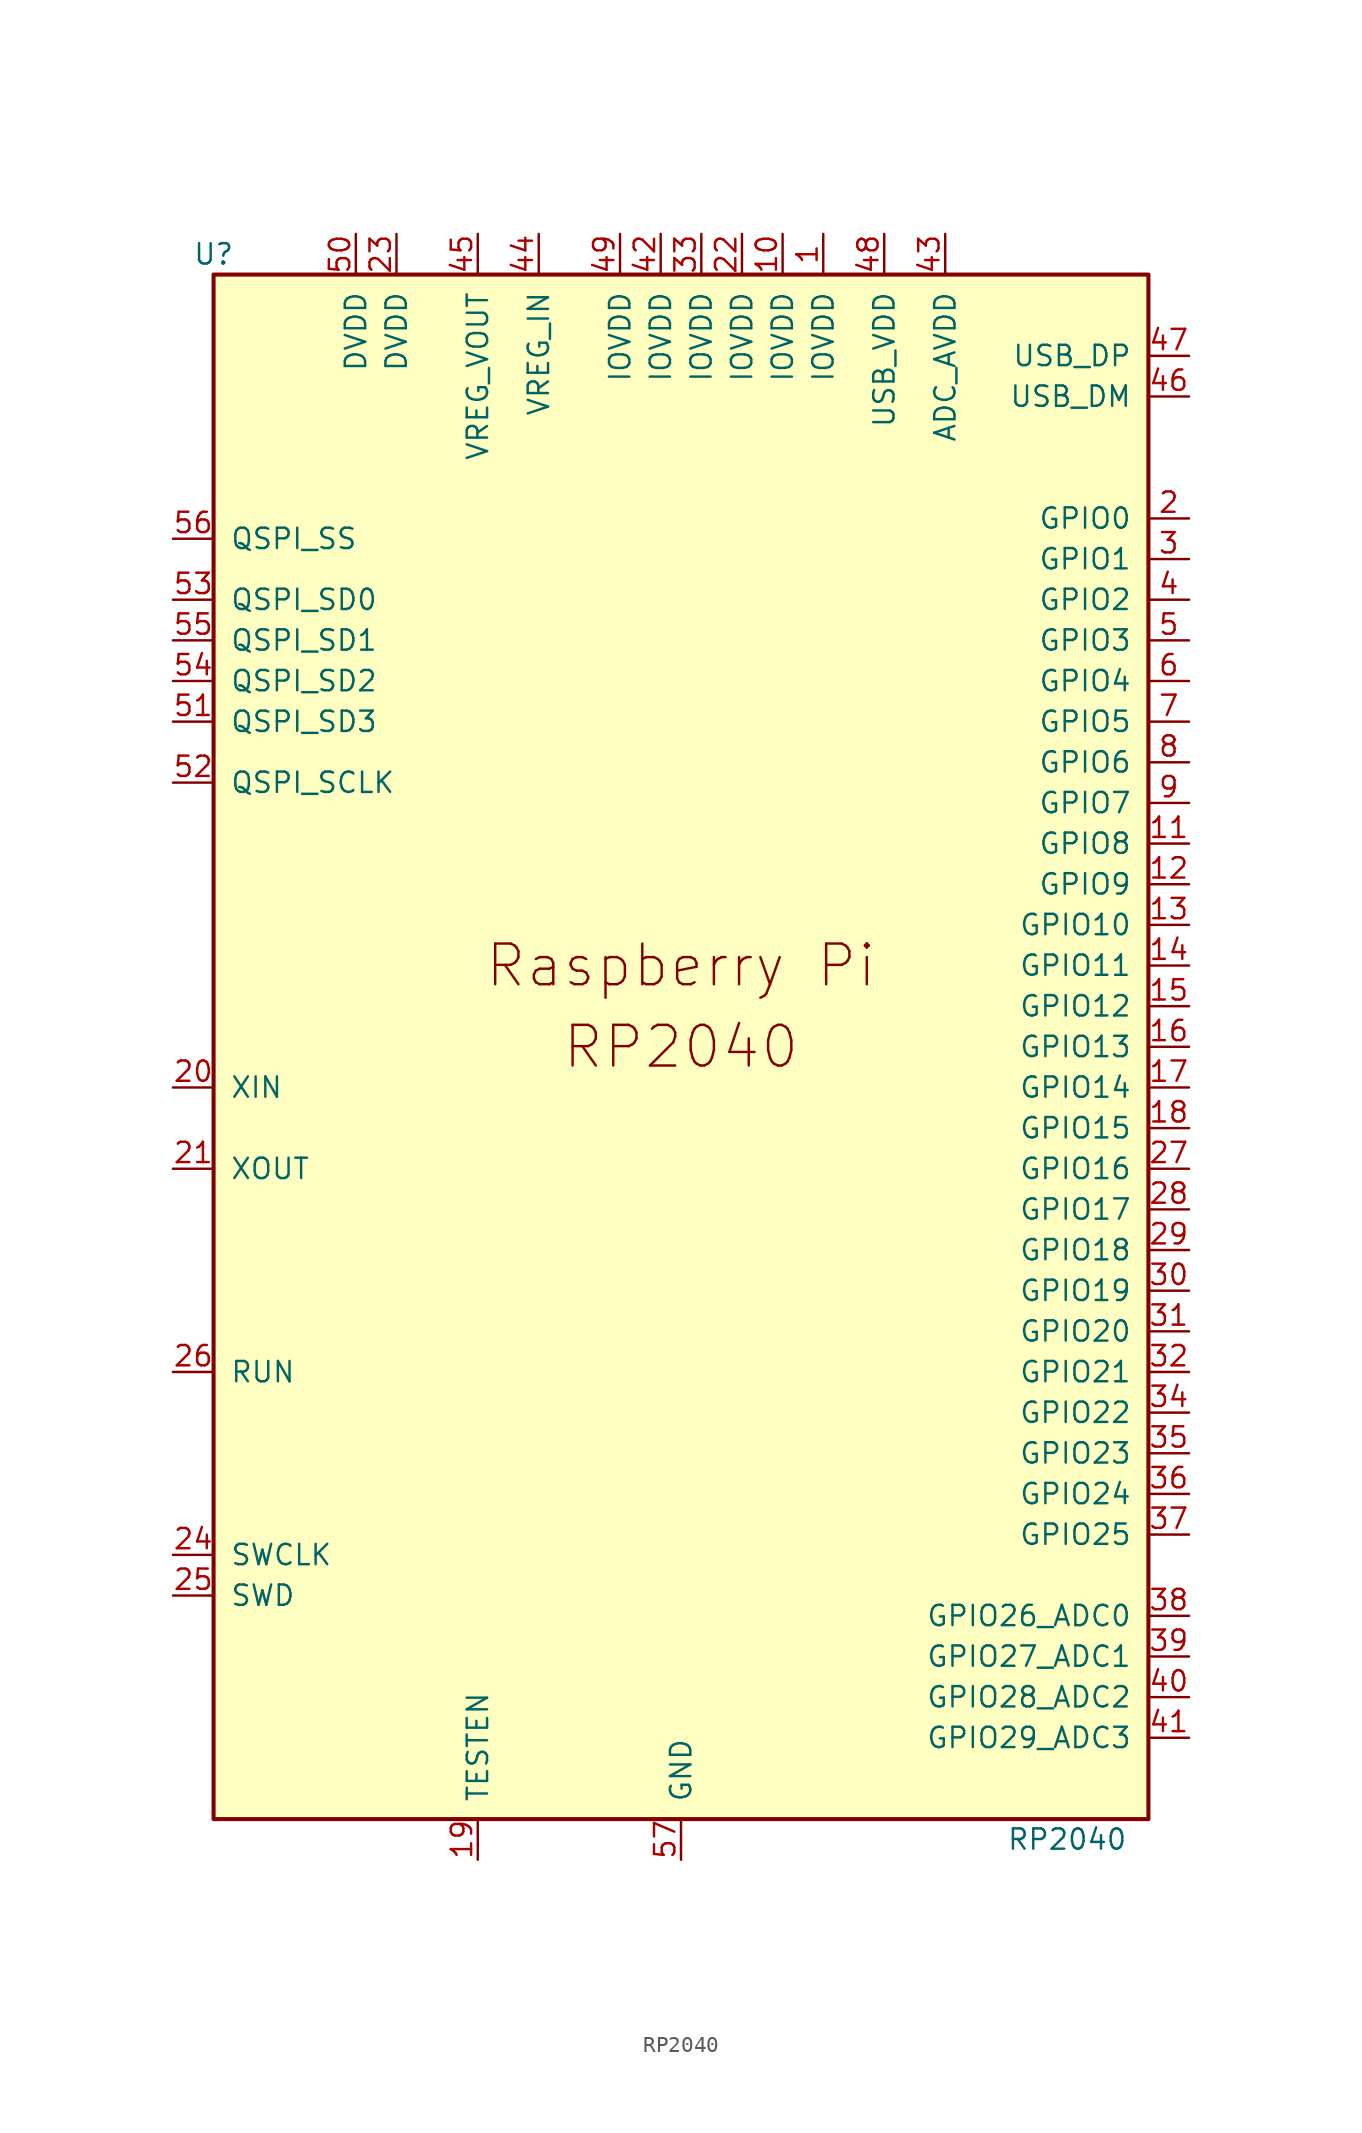
<source format=kicad_sym>
(kicad_symbol_lib
  (version 20211014)
  (generator kicad_symbol_editor)
  (symbol "RP2040"
    (pin_names
      (offset 1.016))
    (property "Reference" "U"
      (at -29.21 49.53 0)
      (effects (font (size 1.27 1.27))))
    (property "Value" "RP2040"
      (at 24.13 -49.53 0)
      (effects (font (size 1.27 1.27))))
    (symbol "RP2040_0_0"
      (text "Raspberry Pi" (at 0 5.08 0) (effects (font (size 2.54 2.54))))
      (text "RP2040" (at 0 0 0) (effects (font (size 2.54 2.54)))))
    (symbol "RP2040_0_1"
      (rectangle (start 29.21 48.26) (end -29.21 -48.26) (stroke (width 0.254) (type default) (color 0 0 0 0)) (fill (type background))))
    (symbol "RP2040_1_1"
      (pin power_in line (at 8.89 50.8 270) (length 2.54) (name "IOVDD" (effects (font (size 1.27 1.27)))) (number "1" (effects (font (size 1.27 1.27)))))
      (pin power_in line (at 6.35 50.8 270) (length 2.54) (name "IOVDD" (effects (font (size 1.27 1.27)))) (number "10" (effects (font (size 1.27 1.27)))))
      (pin bidirectional line (at 31.75 12.7 180) (length 2.54) (name "GPIO8" (effects (font (size 1.27 1.27)))) (number "11" (effects (font (size 1.27 1.27)))))
      (pin bidirectional line (at 31.75 10.16 180) (length 2.54) (name "GPIO9" (effects (font (size 1.27 1.27)))) (number "12" (effects (font (size 1.27 1.27)))))
      (pin bidirectional line (at 31.75 7.62 180) (length 2.54) (name "GPIO10" (effects (font (size 1.27 1.27)))) (number "13" (effects (font (size 1.27 1.27)))))
      (pin bidirectional line (at 31.75 5.08 180) (length 2.54) (name "GPIO11" (effects (font (size 1.27 1.27)))) (number "14" (effects (font (size 1.27 1.27)))))
      (pin bidirectional line (at 31.75 2.54 180) (length 2.54) (name "GPIO12" (effects (font (size 1.27 1.27)))) (number "15" (effects (font (size 1.27 1.27)))))
      (pin bidirectional line (at 31.75 0 180) (length 2.54) (name "GPIO13" (effects (font (size 1.27 1.27)))) (number "16" (effects (font (size 1.27 1.27)))))
      (pin bidirectional line (at 31.75 -2.54 180) (length 2.54) (name "GPIO14" (effects (font (size 1.27 1.27)))) (number "17" (effects (font (size 1.27 1.27)))))
      (pin bidirectional line (at 31.75 -5.08 180) (length 2.54) (name "GPIO15" (effects (font (size 1.27 1.27)))) (number "18" (effects (font (size 1.27 1.27)))))
      (pin passive line (at -12.7 -50.8 90) (length 2.54) (name "TESTEN" (effects (font (size 1.27 1.27)))) (number "19" (effects (font (size 1.27 1.27)))))
      (pin bidirectional line (at 31.75 33.02 180) (length 2.54) (name "GPIO0" (effects (font (size 1.27 1.27)))) (number "2" (effects (font (size 1.27 1.27)))))
      (pin input line (at -31.75 -2.54 0) (length 2.54) (name "XIN" (effects (font (size 1.27 1.27)))) (number "20" (effects (font (size 1.27 1.27)))))
      (pin passive line (at -31.75 -7.62 0) (length 2.54) (name "XOUT" (effects (font (size 1.27 1.27)))) (number "21" (effects (font (size 1.27 1.27)))))
      (pin power_in line (at 3.81 50.8 270) (length 2.54) (name "IOVDD" (effects (font (size 1.27 1.27)))) (number "22" (effects (font (size 1.27 1.27)))))
      (pin power_in line (at -17.78 50.8 270) (length 2.54) (name "DVDD" (effects (font (size 1.27 1.27)))) (number "23" (effects (font (size 1.27 1.27)))))
      (pin input line (at -31.75 -31.75 0) (length 2.54) (name "SWCLK" (effects (font (size 1.27 1.27)))) (number "24" (effects (font (size 1.27 1.27)))))
      (pin bidirectional line (at -31.75 -34.29 0) (length 2.54) (name "SWD" (effects (font (size 1.27 1.27)))) (number "25" (effects (font (size 1.27 1.27)))))
      (pin input line (at -31.75 -20.32 0) (length 2.54) (name "RUN" (effects (font (size 1.27 1.27)))) (number "26" (effects (font (size 1.27 1.27)))))
      (pin bidirectional line (at 31.75 -7.62 180) (length 2.54) (name "GPIO16" (effects (font (size 1.27 1.27)))) (number "27" (effects (font (size 1.27 1.27)))))
      (pin bidirectional line (at 31.75 -10.16 180) (length 2.54) (name "GPIO17" (effects (font (size 1.27 1.27)))) (number "28" (effects (font (size 1.27 1.27)))))
      (pin bidirectional line (at 31.75 -12.7 180) (length 2.54) (name "GPIO18" (effects (font (size 1.27 1.27)))) (number "29" (effects (font (size 1.27 1.27)))))
      (pin bidirectional line (at 31.75 30.48 180) (length 2.54) (name "GPIO1" (effects (font (size 1.27 1.27)))) (number "3" (effects (font (size 1.27 1.27)))))
      (pin bidirectional line (at 31.75 -15.24 180) (length 2.54) (name "GPIO19" (effects (font (size 1.27 1.27)))) (number "30" (effects (font (size 1.27 1.27)))))
      (pin bidirectional line (at 31.75 -17.78 180) (length 2.54) (name "GPIO20" (effects (font (size 1.27 1.27)))) (number "31" (effects (font (size 1.27 1.27)))))
      (pin bidirectional line (at 31.75 -20.32 180) (length 2.54) (name "GPIO21" (effects (font (size 1.27 1.27)))) (number "32" (effects (font (size 1.27 1.27)))))
      (pin power_in line (at 1.27 50.8 270) (length 2.54) (name "IOVDD" (effects (font (size 1.27 1.27)))) (number "33" (effects (font (size 1.27 1.27)))))
      (pin bidirectional line (at 31.75 -22.86 180) (length 2.54) (name "GPIO22" (effects (font (size 1.27 1.27)))) (number "34" (effects (font (size 1.27 1.27)))))
      (pin bidirectional line (at 31.75 -25.4 180) (length 2.54) (name "GPIO23" (effects (font (size 1.27 1.27)))) (number "35" (effects (font (size 1.27 1.27)))))
      (pin bidirectional line (at 31.75 -27.94 180) (length 2.54) (name "GPIO24" (effects (font (size 1.27 1.27)))) (number "36" (effects (font (size 1.27 1.27)))))
      (pin bidirectional line (at 31.75 -30.48 180) (length 2.54) (name "GPIO25" (effects (font (size 1.27 1.27)))) (number "37" (effects (font (size 1.27 1.27)))))
      (pin bidirectional line (at 31.75 -35.56 180) (length 2.54) (name "GPIO26_ADC0" (effects (font (size 1.27 1.27)))) (number "38" (effects (font (size 1.27 1.27)))))
      (pin bidirectional line (at 31.75 -38.1 180) (length 2.54) (name "GPIO27_ADC1" (effects (font (size 1.27 1.27)))) (number "39" (effects (font (size 1.27 1.27)))))
      (pin bidirectional line (at 31.75 27.94 180) (length 2.54) (name "GPIO2" (effects (font (size 1.27 1.27)))) (number "4" (effects (font (size 1.27 1.27)))))
      (pin bidirectional line (at 31.75 -40.64 180) (length 2.54) (name "GPIO28_ADC2" (effects (font (size 1.27 1.27)))) (number "40" (effects (font (size 1.27 1.27)))))
      (pin bidirectional line (at 31.75 -43.18 180) (length 2.54) (name "GPIO29_ADC3" (effects (font (size 1.27 1.27)))) (number "41" (effects (font (size 1.27 1.27)))))
      (pin power_in line (at -1.27 50.8 270) (length 2.54) (name "IOVDD" (effects (font (size 1.27 1.27)))) (number "42" (effects (font (size 1.27 1.27)))))
      (pin power_in line (at 16.51 50.8 270) (length 2.54) (name "ADC_AVDD" (effects (font (size 1.27 1.27)))) (number "43" (effects (font (size 1.27 1.27)))))
      (pin power_in line (at -8.89 50.8 270) (length 2.54) (name "VREG_IN" (effects (font (size 1.27 1.27)))) (number "44" (effects (font (size 1.27 1.27)))))
      (pin power_out line (at -12.7 50.8 270) (length 2.54) (name "VREG_VOUT" (effects (font (size 1.27 1.27)))) (number "45" (effects (font (size 1.27 1.27)))))
      (pin bidirectional line (at 31.75 40.64 180) (length 2.54) (name "USB_DM" (effects (font (size 1.27 1.27)))) (number "46" (effects (font (size 1.27 1.27)))))
      (pin bidirectional line (at 31.75 43.18 180) (length 2.54) (name "USB_DP" (effects (font (size 1.27 1.27)))) (number "47" (effects (font (size 1.27 1.27)))))
      (pin power_in line (at 12.7 50.8 270) (length 2.54) (name "USB_VDD" (effects (font (size 1.27 1.27)))) (number "48" (effects (font (size 1.27 1.27)))))
      (pin power_in line (at -3.81 50.8 270) (length 2.54) (name "IOVDD" (effects (font (size 1.27 1.27)))) (number "49" (effects (font (size 1.27 1.27)))))
      (pin bidirectional line (at 31.75 25.4 180) (length 2.54) (name "GPIO3" (effects (font (size 1.27 1.27)))) (number "5" (effects (font (size 1.27 1.27)))))
      (pin power_in line (at -20.32 50.8 270) (length 2.54) (name "DVDD" (effects (font (size 1.27 1.27)))) (number "50" (effects (font (size 1.27 1.27)))))
      (pin bidirectional line (at -31.75 20.32 0) (length 2.54) (name "QSPI_SD3" (effects (font (size 1.27 1.27)))) (number "51" (effects (font (size 1.27 1.27)))))
      (pin output line (at -31.75 16.51 0) (length 2.54) (name "QSPI_SCLK" (effects (font (size 1.27 1.27)))) (number "52" (effects (font (size 1.27 1.27)))))
      (pin bidirectional line (at -31.75 27.94 0) (length 2.54) (name "QSPI_SD0" (effects (font (size 1.27 1.27)))) (number "53" (effects (font (size 1.27 1.27)))))
      (pin bidirectional line (at -31.75 22.86 0) (length 2.54) (name "QSPI_SD2" (effects (font (size 1.27 1.27)))) (number "54" (effects (font (size 1.27 1.27)))))
      (pin bidirectional line (at -31.75 25.4 0) (length 2.54) (name "QSPI_SD1" (effects (font (size 1.27 1.27)))) (number "55" (effects (font (size 1.27 1.27)))))
      (pin bidirectional line (at -31.75 31.75 0) (length 2.54) (name "QSPI_SS" (effects (font (size 1.27 1.27)))) (number "56" (effects (font (size 1.27 1.27)))))
      (pin power_in line (at 0 -50.8 90) (length 2.54) (name "GND" (effects (font (size 1.27 1.27)))) (number "57" (effects (font (size 1.27 1.27)))))
      (pin bidirectional line (at 31.75 22.86 180) (length 2.54) (name "GPIO4" (effects (font (size 1.27 1.27)))) (number "6" (effects (font (size 1.27 1.27)))))
      (pin bidirectional line (at 31.75 20.32 180) (length 2.54) (name "GPIO5" (effects (font (size 1.27 1.27)))) (number "7" (effects (font (size 1.27 1.27)))))
      (pin bidirectional line (at 31.75 17.78 180) (length 2.54) (name "GPIO6" (effects (font (size 1.27 1.27)))) (number "8" (effects (font (size 1.27 1.27)))))
      (pin bidirectional line (at 31.75 15.24 180) (length 2.54) (name "GPIO7" (effects (font (size 1.27 1.27)))) (number "9" (effects (font (size 1.27 1.27))))))))
</source>
